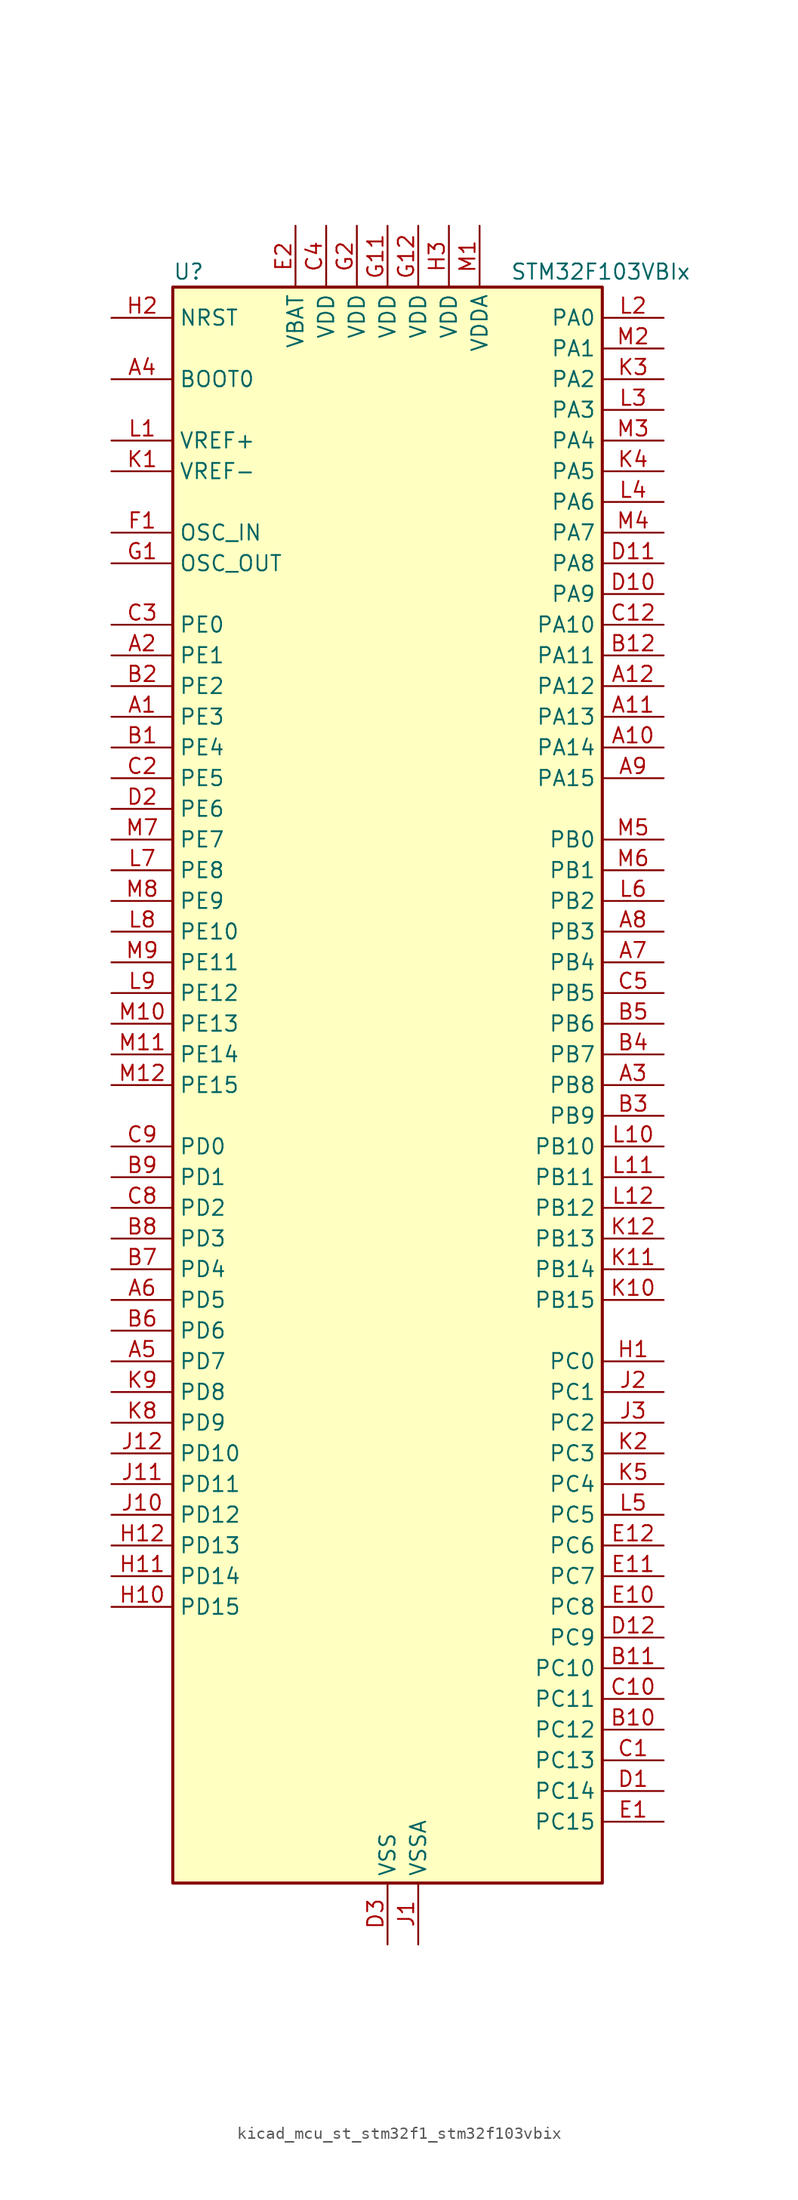
<source format=kicad_sym>
(kicad_symbol_lib
  (version 20220914)
  (generator kicad_symbol_editor)
  (symbol "kicad_mcu_st_stm32f1_stm32f103vbix"
    (property "Reference" "U"
      (at -17.78 67.31 0)
      (effects (font (size 1.27 1.27)) (justify left)))
    (property "Value" "STM32F103VBIx"
      (at 10.16 67.31 0)
      (effects (font (size 1.27 1.27)) (justify left)))
    (property "ki_locked" ""
      (at 0 0 0)
      (effects (font (size 1.27 1.27))))
    (symbol "kicad_mcu_st_stm32f1_stm32f103vbix_0_1"
      (rectangle (start -17.78 -66.04) (end 17.78 66.04) (stroke (width 0.254) (type default)) (fill (type background))))
    (symbol "kicad_mcu_st_stm32f1_stm32f103vbix_1_1"
      (pin bidirectional line (at -22.86 30.48 0) (length 5.08) (name "PE3" (effects (font (size 1.27 1.27)))) (number "A1" (effects (font (size 1.27 1.27)))) (alternate "SYS_TRACED0" bidirectional line))
      (pin bidirectional line (at 22.86 27.94 180) (length 5.08) (name "PA14" (effects (font (size 1.27 1.27)))) (number "A10" (effects (font (size 1.27 1.27)))) (alternate "SYS_JTCK-SWCLK" bidirectional line))
      (pin bidirectional line (at 22.86 30.48 180) (length 5.08) (name "PA13" (effects (font (size 1.27 1.27)))) (number "A11" (effects (font (size 1.27 1.27)))) (alternate "SYS_JTMS-SWDIO" bidirectional line))
      (pin bidirectional line (at 22.86 33.02 180) (length 5.08) (name "PA12" (effects (font (size 1.27 1.27)))) (number "A12" (effects (font (size 1.27 1.27)))) (alternate "CAN_TX" bidirectional line) (alternate "TIM1_ETR" bidirectional line) (alternate "USART1_RTS" bidirectional line) (alternate "USB_DP" bidirectional line))
      (pin bidirectional line (at -22.86 35.56 0) (length 5.08) (name "PE1" (effects (font (size 1.27 1.27)))) (number "A2" (effects (font (size 1.27 1.27)))))
      (pin bidirectional line (at 22.86 0 180) (length 5.08) (name "PB8" (effects (font (size 1.27 1.27)))) (number "A3" (effects (font (size 1.27 1.27)))) (alternate "CAN_RX" bidirectional line) (alternate "I2C1_SCL" bidirectional line) (alternate "TIM4_CH3" bidirectional line))
      (pin input line (at -22.86 58.42 0) (length 5.08) (name "BOOT0" (effects (font (size 1.27 1.27)))) (number "A4" (effects (font (size 1.27 1.27)))))
      (pin bidirectional line (at -22.86 -22.86 0) (length 5.08) (name "PD7" (effects (font (size 1.27 1.27)))) (number "A5" (effects (font (size 1.27 1.27)))) (alternate "USART2_CK" bidirectional line))
      (pin bidirectional line (at -22.86 -17.78 0) (length 5.08) (name "PD5" (effects (font (size 1.27 1.27)))) (number "A6" (effects (font (size 1.27 1.27)))) (alternate "USART2_TX" bidirectional line))
      (pin bidirectional line (at 22.86 10.16 180) (length 5.08) (name "PB4" (effects (font (size 1.27 1.27)))) (number "A7" (effects (font (size 1.27 1.27)))) (alternate "SPI1_MISO" bidirectional line) (alternate "SYS_NJTRST" bidirectional line) (alternate "TIM3_CH1" bidirectional line))
      (pin bidirectional line (at 22.86 12.7 180) (length 5.08) (name "PB3" (effects (font (size 1.27 1.27)))) (number "A8" (effects (font (size 1.27 1.27)))) (alternate "SPI1_SCK" bidirectional line) (alternate "SYS_JTDO-TRACESWO" bidirectional line) (alternate "TIM2_CH2" bidirectional line))
      (pin bidirectional line (at 22.86 25.4 180) (length 5.08) (name "PA15" (effects (font (size 1.27 1.27)))) (number "A9" (effects (font (size 1.27 1.27)))) (alternate "ADC1_EXTI15" bidirectional line) (alternate "ADC2_EXTI15" bidirectional line) (alternate "SPI1_NSS" bidirectional line) (alternate "SYS_JTDI" bidirectional line) (alternate "TIM2_CH1" bidirectional line) (alternate "TIM2_ETR" bidirectional line))
      (pin bidirectional line (at -22.86 27.94 0) (length 5.08) (name "PE4" (effects (font (size 1.27 1.27)))) (number "B1" (effects (font (size 1.27 1.27)))) (alternate "SYS_TRACED1" bidirectional line))
      (pin bidirectional line (at 22.86 -53.34 180) (length 5.08) (name "PC12" (effects (font (size 1.27 1.27)))) (number "B10" (effects (font (size 1.27 1.27)))) (alternate "USART3_CK" bidirectional line))
      (pin bidirectional line (at 22.86 -48.26 180) (length 5.08) (name "PC10" (effects (font (size 1.27 1.27)))) (number "B11" (effects (font (size 1.27 1.27)))) (alternate "USART3_TX" bidirectional line))
      (pin bidirectional line (at 22.86 35.56 180) (length 5.08) (name "PA11" (effects (font (size 1.27 1.27)))) (number "B12" (effects (font (size 1.27 1.27)))) (alternate "ADC1_EXTI11" bidirectional line) (alternate "ADC2_EXTI11" bidirectional line) (alternate "CAN_RX" bidirectional line) (alternate "TIM1_CH4" bidirectional line) (alternate "USART1_CTS" bidirectional line) (alternate "USB_DM" bidirectional line))
      (pin bidirectional line (at -22.86 33.02 0) (length 5.08) (name "PE2" (effects (font (size 1.27 1.27)))) (number "B2" (effects (font (size 1.27 1.27)))) (alternate "SYS_TRACECLK" bidirectional line))
      (pin bidirectional line (at 22.86 -2.54 180) (length 5.08) (name "PB9" (effects (font (size 1.27 1.27)))) (number "B3" (effects (font (size 1.27 1.27)))) (alternate "CAN_TX" bidirectional line) (alternate "I2C1_SDA" bidirectional line) (alternate "TIM4_CH4" bidirectional line))
      (pin bidirectional line (at 22.86 2.54 180) (length 5.08) (name "PB7" (effects (font (size 1.27 1.27)))) (number "B4" (effects (font (size 1.27 1.27)))) (alternate "I2C1_SDA" bidirectional line) (alternate "TIM4_CH2" bidirectional line) (alternate "USART1_RX" bidirectional line))
      (pin bidirectional line (at 22.86 5.08 180) (length 5.08) (name "PB6" (effects (font (size 1.27 1.27)))) (number "B5" (effects (font (size 1.27 1.27)))) (alternate "I2C1_SCL" bidirectional line) (alternate "TIM4_CH1" bidirectional line) (alternate "USART1_TX" bidirectional line))
      (pin bidirectional line (at -22.86 -20.32 0) (length 5.08) (name "PD6" (effects (font (size 1.27 1.27)))) (number "B6" (effects (font (size 1.27 1.27)))) (alternate "USART2_RX" bidirectional line))
      (pin bidirectional line (at -22.86 -15.24 0) (length 5.08) (name "PD4" (effects (font (size 1.27 1.27)))) (number "B7" (effects (font (size 1.27 1.27)))) (alternate "USART2_RTS" bidirectional line))
      (pin bidirectional line (at -22.86 -12.7 0) (length 5.08) (name "PD3" (effects (font (size 1.27 1.27)))) (number "B8" (effects (font (size 1.27 1.27)))) (alternate "USART2_CTS" bidirectional line))
      (pin bidirectional line (at -22.86 -7.62 0) (length 5.08) (name "PD1" (effects (font (size 1.27 1.27)))) (number "B9" (effects (font (size 1.27 1.27)))) (alternate "CAN_TX" bidirectional line))
      (pin bidirectional line (at 22.86 -55.88 180) (length 5.08) (name "PC13" (effects (font (size 1.27 1.27)))) (number "C1" (effects (font (size 1.27 1.27)))) (alternate "RTC_OUT" bidirectional line) (alternate "RTC_TAMPER" bidirectional line))
      (pin bidirectional line (at 22.86 -50.8 180) (length 5.08) (name "PC11" (effects (font (size 1.27 1.27)))) (number "C10" (effects (font (size 1.27 1.27)))) (alternate "ADC1_EXTI11" bidirectional line) (alternate "ADC2_EXTI11" bidirectional line) (alternate "USART3_RX" bidirectional line))
      (pin no_connect line (at -17.78 -66.04 0) (length 5.08) hide (name "NC" (effects (font (size 1.27 1.27)))) (number "C11" (effects (font (size 1.27 1.27)))))
      (pin bidirectional line (at 22.86 38.1 180) (length 5.08) (name "PA10" (effects (font (size 1.27 1.27)))) (number "C12" (effects (font (size 1.27 1.27)))) (alternate "TIM1_CH3" bidirectional line) (alternate "USART1_RX" bidirectional line))
      (pin bidirectional line (at -22.86 25.4 0) (length 5.08) (name "PE5" (effects (font (size 1.27 1.27)))) (number "C2" (effects (font (size 1.27 1.27)))) (alternate "SYS_TRACED2" bidirectional line))
      (pin bidirectional line (at -22.86 38.1 0) (length 5.08) (name "PE0" (effects (font (size 1.27 1.27)))) (number "C3" (effects (font (size 1.27 1.27)))) (alternate "TIM4_ETR" bidirectional line))
      (pin power_in line (at -5.08 71.12 270) (length 5.08) (name "VDD" (effects (font (size 1.27 1.27)))) (number "C4" (effects (font (size 1.27 1.27)))))
      (pin bidirectional line (at 22.86 7.62 180) (length 5.08) (name "PB5" (effects (font (size 1.27 1.27)))) (number "C5" (effects (font (size 1.27 1.27)))) (alternate "I2C1_SMBA" bidirectional line) (alternate "SPI1_MOSI" bidirectional line) (alternate "TIM3_CH2" bidirectional line))
      (pin bidirectional line (at -22.86 -10.16 0) (length 5.08) (name "PD2" (effects (font (size 1.27 1.27)))) (number "C8" (effects (font (size 1.27 1.27)))) (alternate "TIM3_ETR" bidirectional line))
      (pin bidirectional line (at -22.86 -5.08 0) (length 5.08) (name "PD0" (effects (font (size 1.27 1.27)))) (number "C9" (effects (font (size 1.27 1.27)))) (alternate "CAN_RX" bidirectional line))
      (pin bidirectional line (at 22.86 -58.42 180) (length 5.08) (name "PC14" (effects (font (size 1.27 1.27)))) (number "D1" (effects (font (size 1.27 1.27)))) (alternate "RCC_OSC32_IN" bidirectional line))
      (pin bidirectional line (at 22.86 40.64 180) (length 5.08) (name "PA9" (effects (font (size 1.27 1.27)))) (number "D10" (effects (font (size 1.27 1.27)))) (alternate "TIM1_CH2" bidirectional line) (alternate "USART1_TX" bidirectional line))
      (pin bidirectional line (at 22.86 43.18 180) (length 5.08) (name "PA8" (effects (font (size 1.27 1.27)))) (number "D11" (effects (font (size 1.27 1.27)))) (alternate "RCC_MCO" bidirectional line) (alternate "TIM1_CH1" bidirectional line) (alternate "USART1_CK" bidirectional line))
      (pin bidirectional line (at 22.86 -45.72 180) (length 5.08) (name "PC9" (effects (font (size 1.27 1.27)))) (number "D12" (effects (font (size 1.27 1.27)))) (alternate "TIM3_CH4" bidirectional line))
      (pin bidirectional line (at -22.86 22.86 0) (length 5.08) (name "PE6" (effects (font (size 1.27 1.27)))) (number "D2" (effects (font (size 1.27 1.27)))) (alternate "SYS_TRACED3" bidirectional line))
      (pin power_in line (at 0 -71.12 90) (length 5.08) (name "VSS" (effects (font (size 1.27 1.27)))) (number "D3" (effects (font (size 1.27 1.27)))))
      (pin bidirectional line (at 22.86 -60.96 180) (length 5.08) (name "PC15" (effects (font (size 1.27 1.27)))) (number "E1" (effects (font (size 1.27 1.27)))) (alternate "ADC1_EXTI15" bidirectional line) (alternate "ADC2_EXTI15" bidirectional line) (alternate "RCC_OSC32_OUT" bidirectional line))
      (pin bidirectional line (at 22.86 -43.18 180) (length 5.08) (name "PC8" (effects (font (size 1.27 1.27)))) (number "E10" (effects (font (size 1.27 1.27)))) (alternate "TIM3_CH3" bidirectional line))
      (pin bidirectional line (at 22.86 -40.64 180) (length 5.08) (name "PC7" (effects (font (size 1.27 1.27)))) (number "E11" (effects (font (size 1.27 1.27)))) (alternate "TIM3_CH2" bidirectional line))
      (pin bidirectional line (at 22.86 -38.1 180) (length 5.08) (name "PC6" (effects (font (size 1.27 1.27)))) (number "E12" (effects (font (size 1.27 1.27)))) (alternate "TIM3_CH1" bidirectional line))
      (pin power_in line (at -7.62 71.12 270) (length 5.08) (name "VBAT" (effects (font (size 1.27 1.27)))) (number "E2" (effects (font (size 1.27 1.27)))))
      (pin passive line (at 0 -71.12 90) (length 5.08) hide (name "VSS" (effects (font (size 1.27 1.27)))) (number "E3" (effects (font (size 1.27 1.27)))))
      (pin input line (at -22.86 45.72 0) (length 5.08) (name "OSC_IN" (effects (font (size 1.27 1.27)))) (number "F1" (effects (font (size 1.27 1.27)))) (alternate "RCC_OSC_IN" bidirectional line))
      (pin passive line (at 0 -71.12 90) (length 5.08) hide (name "VSS" (effects (font (size 1.27 1.27)))) (number "F11" (effects (font (size 1.27 1.27)))))
      (pin passive line (at 0 -71.12 90) (length 5.08) hide (name "VSS" (effects (font (size 1.27 1.27)))) (number "F12" (effects (font (size 1.27 1.27)))))
      (pin passive line (at 0 -71.12 90) (length 5.08) hide (name "VSS" (effects (font (size 1.27 1.27)))) (number "F2" (effects (font (size 1.27 1.27)))))
      (pin input line (at -22.86 43.18 0) (length 5.08) (name "OSC_OUT" (effects (font (size 1.27 1.27)))) (number "G1" (effects (font (size 1.27 1.27)))) (alternate "RCC_OSC_OUT" bidirectional line))
      (pin power_in line (at 0 71.12 270) (length 5.08) (name "VDD" (effects (font (size 1.27 1.27)))) (number "G11" (effects (font (size 1.27 1.27)))))
      (pin power_in line (at 2.54 71.12 270) (length 5.08) (name "VDD" (effects (font (size 1.27 1.27)))) (number "G12" (effects (font (size 1.27 1.27)))))
      (pin power_in line (at -2.54 71.12 270) (length 5.08) (name "VDD" (effects (font (size 1.27 1.27)))) (number "G2" (effects (font (size 1.27 1.27)))))
      (pin bidirectional line (at 22.86 -22.86 180) (length 5.08) (name "PC0" (effects (font (size 1.27 1.27)))) (number "H1" (effects (font (size 1.27 1.27)))) (alternate "ADC1_IN10" bidirectional line) (alternate "ADC2_IN10" bidirectional line))
      (pin bidirectional line (at -22.86 -43.18 0) (length 5.08) (name "PD15" (effects (font (size 1.27 1.27)))) (number "H10" (effects (font (size 1.27 1.27)))) (alternate "ADC1_EXTI15" bidirectional line) (alternate "ADC2_EXTI15" bidirectional line) (alternate "TIM4_CH4" bidirectional line))
      (pin bidirectional line (at -22.86 -40.64 0) (length 5.08) (name "PD14" (effects (font (size 1.27 1.27)))) (number "H11" (effects (font (size 1.27 1.27)))) (alternate "TIM4_CH3" bidirectional line))
      (pin bidirectional line (at -22.86 -38.1 0) (length 5.08) (name "PD13" (effects (font (size 1.27 1.27)))) (number "H12" (effects (font (size 1.27 1.27)))) (alternate "TIM4_CH2" bidirectional line))
      (pin input line (at -22.86 63.5 0) (length 5.08) (name "NRST" (effects (font (size 1.27 1.27)))) (number "H2" (effects (font (size 1.27 1.27)))))
      (pin power_in line (at 5.08 71.12 270) (length 5.08) (name "VDD" (effects (font (size 1.27 1.27)))) (number "H3" (effects (font (size 1.27 1.27)))))
      (pin power_in line (at 2.54 -71.12 90) (length 5.08) (name "VSSA" (effects (font (size 1.27 1.27)))) (number "J1" (effects (font (size 1.27 1.27)))))
      (pin bidirectional line (at -22.86 -35.56 0) (length 5.08) (name "PD12" (effects (font (size 1.27 1.27)))) (number "J10" (effects (font (size 1.27 1.27)))) (alternate "TIM4_CH1" bidirectional line) (alternate "USART3_RTS" bidirectional line))
      (pin bidirectional line (at -22.86 -33.02 0) (length 5.08) (name "PD11" (effects (font (size 1.27 1.27)))) (number "J11" (effects (font (size 1.27 1.27)))) (alternate "ADC1_EXTI11" bidirectional line) (alternate "ADC2_EXTI11" bidirectional line) (alternate "USART3_CTS" bidirectional line))
      (pin bidirectional line (at -22.86 -30.48 0) (length 5.08) (name "PD10" (effects (font (size 1.27 1.27)))) (number "J12" (effects (font (size 1.27 1.27)))) (alternate "USART3_CK" bidirectional line))
      (pin bidirectional line (at 22.86 -25.4 180) (length 5.08) (name "PC1" (effects (font (size 1.27 1.27)))) (number "J2" (effects (font (size 1.27 1.27)))) (alternate "ADC1_IN11" bidirectional line) (alternate "ADC2_IN11" bidirectional line))
      (pin bidirectional line (at 22.86 -27.94 180) (length 5.08) (name "PC2" (effects (font (size 1.27 1.27)))) (number "J3" (effects (font (size 1.27 1.27)))) (alternate "ADC1_IN12" bidirectional line) (alternate "ADC2_IN12" bidirectional line))
      (pin input line (at -22.86 50.8 0) (length 5.08) (name "VREF-" (effects (font (size 1.27 1.27)))) (number "K1" (effects (font (size 1.27 1.27)))))
      (pin bidirectional line (at 22.86 -17.78 180) (length 5.08) (name "PB15" (effects (font (size 1.27 1.27)))) (number "K10" (effects (font (size 1.27 1.27)))) (alternate "ADC1_EXTI15" bidirectional line) (alternate "ADC2_EXTI15" bidirectional line) (alternate "SPI2_MOSI" bidirectional line) (alternate "TIM1_CH3N" bidirectional line))
      (pin bidirectional line (at 22.86 -15.24 180) (length 5.08) (name "PB14" (effects (font (size 1.27 1.27)))) (number "K11" (effects (font (size 1.27 1.27)))) (alternate "SPI2_MISO" bidirectional line) (alternate "TIM1_CH2N" bidirectional line) (alternate "USART3_RTS" bidirectional line))
      (pin bidirectional line (at 22.86 -12.7 180) (length 5.08) (name "PB13" (effects (font (size 1.27 1.27)))) (number "K12" (effects (font (size 1.27 1.27)))) (alternate "SPI2_SCK" bidirectional line) (alternate "TIM1_CH1N" bidirectional line) (alternate "USART3_CTS" bidirectional line))
      (pin bidirectional line (at 22.86 -30.48 180) (length 5.08) (name "PC3" (effects (font (size 1.27 1.27)))) (number "K2" (effects (font (size 1.27 1.27)))) (alternate "ADC1_IN13" bidirectional line) (alternate "ADC2_IN13" bidirectional line))
      (pin bidirectional line (at 22.86 58.42 180) (length 5.08) (name "PA2" (effects (font (size 1.27 1.27)))) (number "K3" (effects (font (size 1.27 1.27)))) (alternate "ADC1_IN2" bidirectional line) (alternate "ADC2_IN2" bidirectional line) (alternate "TIM2_CH3" bidirectional line) (alternate "USART2_TX" bidirectional line))
      (pin bidirectional line (at 22.86 50.8 180) (length 5.08) (name "PA5" (effects (font (size 1.27 1.27)))) (number "K4" (effects (font (size 1.27 1.27)))) (alternate "ADC1_IN5" bidirectional line) (alternate "ADC2_IN5" bidirectional line) (alternate "SPI1_SCK" bidirectional line))
      (pin bidirectional line (at 22.86 -33.02 180) (length 5.08) (name "PC4" (effects (font (size 1.27 1.27)))) (number "K5" (effects (font (size 1.27 1.27)))) (alternate "ADC1_IN14" bidirectional line) (alternate "ADC2_IN14" bidirectional line))
      (pin bidirectional line (at -22.86 -27.94 0) (length 5.08) (name "PD9" (effects (font (size 1.27 1.27)))) (number "K8" (effects (font (size 1.27 1.27)))) (alternate "USART3_RX" bidirectional line))
      (pin bidirectional line (at -22.86 -25.4 0) (length 5.08) (name "PD8" (effects (font (size 1.27 1.27)))) (number "K9" (effects (font (size 1.27 1.27)))) (alternate "USART3_TX" bidirectional line))
      (pin input line (at -22.86 53.34 0) (length 5.08) (name "VREF+" (effects (font (size 1.27 1.27)))) (number "L1" (effects (font (size 1.27 1.27)))))
      (pin bidirectional line (at 22.86 -5.08 180) (length 5.08) (name "PB10" (effects (font (size 1.27 1.27)))) (number "L10" (effects (font (size 1.27 1.27)))) (alternate "I2C2_SCL" bidirectional line) (alternate "TIM2_CH3" bidirectional line) (alternate "USART3_TX" bidirectional line))
      (pin bidirectional line (at 22.86 -7.62 180) (length 5.08) (name "PB11" (effects (font (size 1.27 1.27)))) (number "L11" (effects (font (size 1.27 1.27)))) (alternate "ADC1_EXTI11" bidirectional line) (alternate "ADC2_EXTI11" bidirectional line) (alternate "I2C2_SDA" bidirectional line) (alternate "TIM2_CH4" bidirectional line) (alternate "USART3_RX" bidirectional line))
      (pin bidirectional line (at 22.86 -10.16 180) (length 5.08) (name "PB12" (effects (font (size 1.27 1.27)))) (number "L12" (effects (font (size 1.27 1.27)))) (alternate "I2C2_SMBA" bidirectional line) (alternate "SPI2_NSS" bidirectional line) (alternate "TIM1_BKIN" bidirectional line) (alternate "USART3_CK" bidirectional line))
      (pin bidirectional line (at 22.86 63.5 180) (length 5.08) (name "PA0" (effects (font (size 1.27 1.27)))) (number "L2" (effects (font (size 1.27 1.27)))) (alternate "ADC1_IN0" bidirectional line) (alternate "ADC2_IN0" bidirectional line) (alternate "SYS_WKUP" bidirectional line) (alternate "TIM2_CH1" bidirectional line) (alternate "TIM2_ETR" bidirectional line) (alternate "USART2_CTS" bidirectional line))
      (pin bidirectional line (at 22.86 55.88 180) (length 5.08) (name "PA3" (effects (font (size 1.27 1.27)))) (number "L3" (effects (font (size 1.27 1.27)))) (alternate "ADC1_IN3" bidirectional line) (alternate "ADC2_IN3" bidirectional line) (alternate "TIM2_CH4" bidirectional line) (alternate "USART2_RX" bidirectional line))
      (pin bidirectional line (at 22.86 48.26 180) (length 5.08) (name "PA6" (effects (font (size 1.27 1.27)))) (number "L4" (effects (font (size 1.27 1.27)))) (alternate "ADC1_IN6" bidirectional line) (alternate "ADC2_IN6" bidirectional line) (alternate "SPI1_MISO" bidirectional line) (alternate "TIM1_BKIN" bidirectional line) (alternate "TIM3_CH1" bidirectional line))
      (pin bidirectional line (at 22.86 -35.56 180) (length 5.08) (name "PC5" (effects (font (size 1.27 1.27)))) (number "L5" (effects (font (size 1.27 1.27)))) (alternate "ADC1_IN15" bidirectional line) (alternate "ADC2_IN15" bidirectional line))
      (pin bidirectional line (at 22.86 15.24 180) (length 5.08) (name "PB2" (effects (font (size 1.27 1.27)))) (number "L6" (effects (font (size 1.27 1.27)))))
      (pin bidirectional line (at -22.86 17.78 0) (length 5.08) (name "PE8" (effects (font (size 1.27 1.27)))) (number "L7" (effects (font (size 1.27 1.27)))) (alternate "TIM1_CH1N" bidirectional line))
      (pin bidirectional line (at -22.86 12.7 0) (length 5.08) (name "PE10" (effects (font (size 1.27 1.27)))) (number "L8" (effects (font (size 1.27 1.27)))) (alternate "TIM1_CH2N" bidirectional line))
      (pin bidirectional line (at -22.86 7.62 0) (length 5.08) (name "PE12" (effects (font (size 1.27 1.27)))) (number "L9" (effects (font (size 1.27 1.27)))) (alternate "TIM1_CH3N" bidirectional line))
      (pin power_in line (at 7.62 71.12 270) (length 5.08) (name "VDDA" (effects (font (size 1.27 1.27)))) (number "M1" (effects (font (size 1.27 1.27)))))
      (pin bidirectional line (at -22.86 5.08 0) (length 5.08) (name "PE13" (effects (font (size 1.27 1.27)))) (number "M10" (effects (font (size 1.27 1.27)))) (alternate "TIM1_CH3" bidirectional line))
      (pin bidirectional line (at -22.86 2.54 0) (length 5.08) (name "PE14" (effects (font (size 1.27 1.27)))) (number "M11" (effects (font (size 1.27 1.27)))) (alternate "TIM1_CH4" bidirectional line))
      (pin bidirectional line (at -22.86 0 0) (length 5.08) (name "PE15" (effects (font (size 1.27 1.27)))) (number "M12" (effects (font (size 1.27 1.27)))) (alternate "ADC1_EXTI15" bidirectional line) (alternate "ADC2_EXTI15" bidirectional line) (alternate "TIM1_BKIN" bidirectional line))
      (pin bidirectional line (at 22.86 60.96 180) (length 5.08) (name "PA1" (effects (font (size 1.27 1.27)))) (number "M2" (effects (font (size 1.27 1.27)))) (alternate "ADC1_IN1" bidirectional line) (alternate "ADC2_IN1" bidirectional line) (alternate "TIM2_CH2" bidirectional line) (alternate "USART2_RTS" bidirectional line))
      (pin bidirectional line (at 22.86 53.34 180) (length 5.08) (name "PA4" (effects (font (size 1.27 1.27)))) (number "M3" (effects (font (size 1.27 1.27)))) (alternate "ADC1_IN4" bidirectional line) (alternate "ADC2_IN4" bidirectional line) (alternate "SPI1_NSS" bidirectional line) (alternate "USART2_CK" bidirectional line))
      (pin bidirectional line (at 22.86 45.72 180) (length 5.08) (name "PA7" (effects (font (size 1.27 1.27)))) (number "M4" (effects (font (size 1.27 1.27)))) (alternate "ADC1_IN7" bidirectional line) (alternate "ADC2_IN7" bidirectional line) (alternate "SPI1_MOSI" bidirectional line) (alternate "TIM1_CH1N" bidirectional line) (alternate "TIM3_CH2" bidirectional line))
      (pin bidirectional line (at 22.86 20.32 180) (length 5.08) (name "PB0" (effects (font (size 1.27 1.27)))) (number "M5" (effects (font (size 1.27 1.27)))) (alternate "ADC1_IN8" bidirectional line) (alternate "ADC2_IN8" bidirectional line) (alternate "TIM1_CH2N" bidirectional line) (alternate "TIM3_CH3" bidirectional line))
      (pin bidirectional line (at 22.86 17.78 180) (length 5.08) (name "PB1" (effects (font (size 1.27 1.27)))) (number "M6" (effects (font (size 1.27 1.27)))) (alternate "ADC1_IN9" bidirectional line) (alternate "ADC2_IN9" bidirectional line) (alternate "TIM1_CH3N" bidirectional line) (alternate "TIM3_CH4" bidirectional line))
      (pin bidirectional line (at -22.86 20.32 0) (length 5.08) (name "PE7" (effects (font (size 1.27 1.27)))) (number "M7" (effects (font (size 1.27 1.27)))) (alternate "TIM1_ETR" bidirectional line))
      (pin bidirectional line (at -22.86 15.24 0) (length 5.08) (name "PE9" (effects (font (size 1.27 1.27)))) (number "M8" (effects (font (size 1.27 1.27)))) (alternate "TIM1_CH1" bidirectional line))
      (pin bidirectional line (at -22.86 10.16 0) (length 5.08) (name "PE11" (effects (font (size 1.27 1.27)))) (number "M9" (effects (font (size 1.27 1.27)))) (alternate "ADC1_EXTI11" bidirectional line) (alternate "ADC2_EXTI11" bidirectional line) (alternate "TIM1_CH2" bidirectional line)))))
</source>
